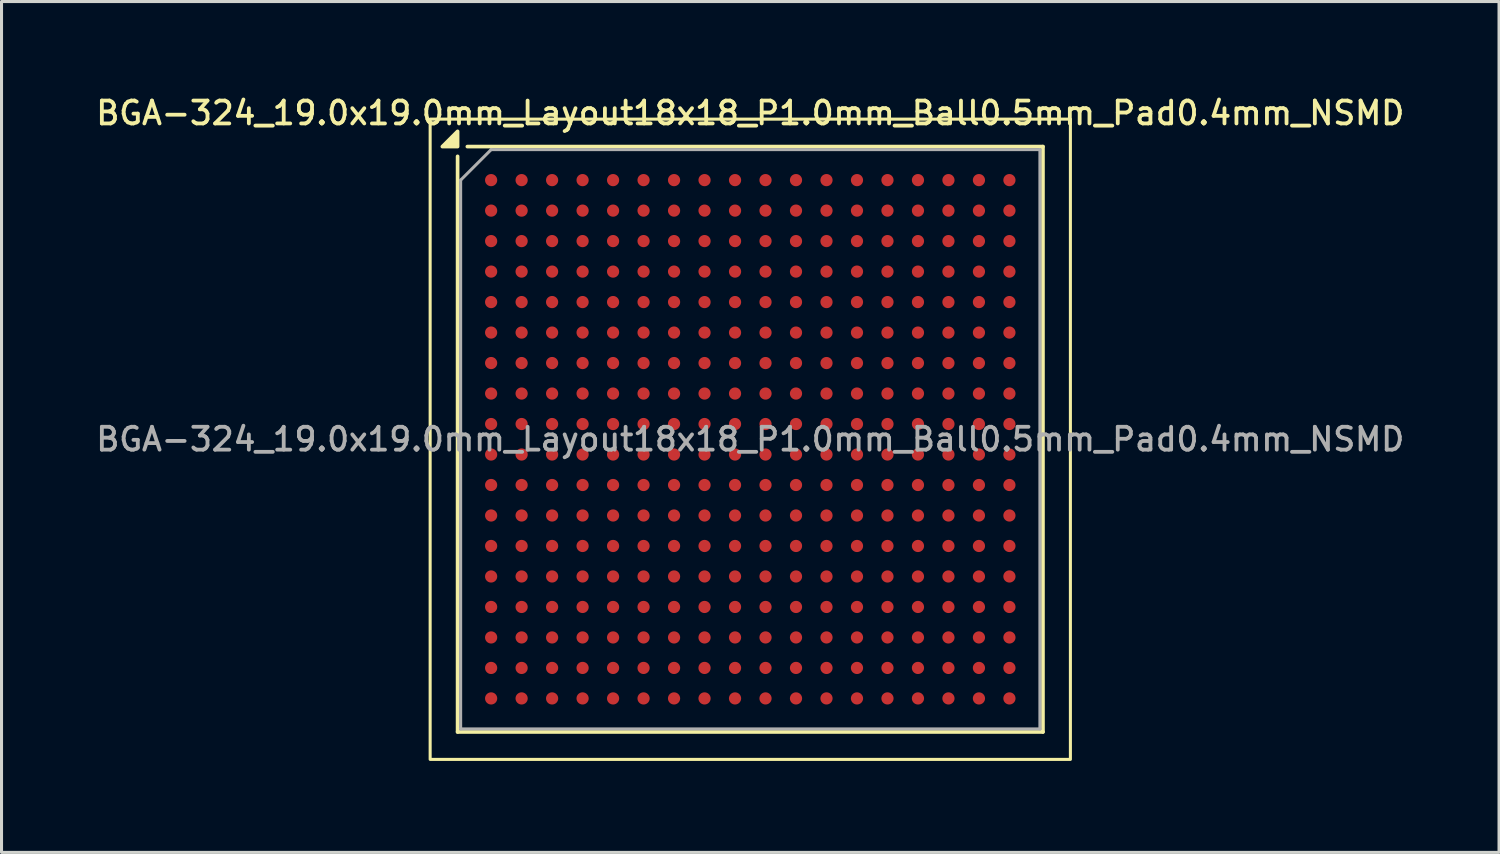
<source format=kicad_pcb>
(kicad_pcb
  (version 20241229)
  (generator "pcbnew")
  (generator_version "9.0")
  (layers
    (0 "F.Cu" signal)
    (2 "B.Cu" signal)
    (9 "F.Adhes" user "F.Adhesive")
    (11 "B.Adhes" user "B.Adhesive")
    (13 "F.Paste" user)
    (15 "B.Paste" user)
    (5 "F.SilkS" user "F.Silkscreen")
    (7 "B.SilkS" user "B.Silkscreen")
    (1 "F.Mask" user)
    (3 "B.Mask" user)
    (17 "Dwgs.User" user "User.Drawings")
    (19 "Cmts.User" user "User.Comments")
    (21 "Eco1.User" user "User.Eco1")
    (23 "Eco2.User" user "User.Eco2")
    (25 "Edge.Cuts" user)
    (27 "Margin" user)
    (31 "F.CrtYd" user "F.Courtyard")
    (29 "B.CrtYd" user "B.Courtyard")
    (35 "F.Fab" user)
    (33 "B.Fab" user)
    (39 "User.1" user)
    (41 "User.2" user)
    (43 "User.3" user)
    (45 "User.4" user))
  (footprint "BGA-324_19.0x19.0mm_Layout18x18_P1.0mm_Ball0.5mm_Pad0.4mm_NSMD"
    (layer "F.Cu")
    (at 21.559 11.358)
    (property "Reference" "BGA-324_19.0x19.0mm_Layout18x18_P1.0mm_Ball0.5mm_Pad0.4mm_NSMD" (at 0 -10.7 0) (layer "F.SilkS") (effects (font (size 0.75 0.75) (thickness 0.125))))
    (attr smd)
    (fp_line (start -9.6 -9.28) (end -9.6 9.6) (stroke (width 0.12) (type solid)) (layer "F.SilkS"))
    (fp_line (start -9.6 9.6) (end 9.6 9.6) (stroke (width 0.12) (type solid)) (layer "F.SilkS"))
    (fp_line (start -9.28 -9.6) (end 9.6 -9.6) (stroke (width 0.12) (type solid)) (layer "F.SilkS"))
    (fp_line (start 9.6 9.6) (end 9.6 -9.6) (stroke (width 0.12) (type solid)) (layer "F.SilkS"))
    (fp_rect (start 10.5 10.5) (end -10.5 -10.5) (stroke (width 0.1) (type solid)) (fill no) (layer "F.SilkS"))
    (fp_poly (pts (xy -9.6 -9.6) (xy -10.1 -9.6) (xy -9.6 -10.1) (xy -9.6 -9.6)) (stroke (width 0.12) (type solid)) (fill yes) (layer "F.SilkS"))
    (fp_line (start -9.5 -8.5) (end -9.5 9.5) (stroke (width 0.1) (type solid)) (layer "F.Fab"))
    (fp_line (start -9.5 9.5) (end 9.5 9.5) (stroke (width 0.1) (type solid)) (layer "F.Fab"))
    (fp_line (start -8.5 -9.5) (end -9.5 -8.5) (stroke (width 0.1) (type solid)) (layer "F.Fab"))
    (fp_line (start 9.5 -9.5) (end -8.5 -9.5) (stroke (width 0.1) (type solid)) (layer "F.Fab"))
    (fp_line (start 9.5 9.5) (end 9.5 -9.5) (stroke (width 0.1) (type solid)) (layer "F.Fab"))
    (fp_text user "${REFERENCE}" (at 0 0 0) (layer "F.Fab") (effects (font (size 0.75 0.75) (thickness 0.125))))
    (pad "A1" smd circle (at -8.5 -8.5) (size 0.4 0.4) (property pad_prop_bga) (layers "F.Cu" "F.Mask" "F.Paste"))
    (pad "A2" smd circle (at -7.5 -8.5) (size 0.4 0.4) (property pad_prop_bga) (layers "F.Cu" "F.Mask" "F.Paste"))
    (pad "A3" smd circle (at -6.5 -8.5) (size 0.4 0.4) (property pad_prop_bga) (layers "F.Cu" "F.Mask" "F.Paste"))
    (pad "A4" smd circle (at -5.5 -8.5) (size 0.4 0.4) (property pad_prop_bga) (layers "F.Cu" "F.Mask" "F.Paste"))
    (pad "A5" smd circle (at -4.5 -8.5) (size 0.4 0.4) (property pad_prop_bga) (layers "F.Cu" "F.Mask" "F.Paste"))
    (pad "A6" smd circle (at -3.5 -8.5) (size 0.4 0.4) (property pad_prop_bga) (layers "F.Cu" "F.Mask" "F.Paste"))
    (pad "A7" smd circle (at -2.5 -8.5) (size 0.4 0.4) (property pad_prop_bga) (layers "F.Cu" "F.Mask" "F.Paste"))
    (pad "A8" smd circle (at -1.5 -8.5) (size 0.4 0.4) (property pad_prop_bga) (layers "F.Cu" "F.Mask" "F.Paste"))
    (pad "A9" smd circle (at -0.5 -8.5) (size 0.4 0.4) (property pad_prop_bga) (layers "F.Cu" "F.Mask" "F.Paste"))
    (pad "A10" smd circle (at 0.5 -8.5) (size 0.4 0.4) (property pad_prop_bga) (layers "F.Cu" "F.Mask" "F.Paste"))
    (pad "A11" smd circle (at 1.5 -8.5) (size 0.4 0.4) (property pad_prop_bga) (layers "F.Cu" "F.Mask" "F.Paste"))
    (pad "A12" smd circle (at 2.5 -8.5) (size 0.4 0.4) (property pad_prop_bga) (layers "F.Cu" "F.Mask" "F.Paste"))
    (pad "A13" smd circle (at 3.5 -8.5) (size 0.4 0.4) (property pad_prop_bga) (layers "F.Cu" "F.Mask" "F.Paste"))
    (pad "A14" smd circle (at 4.5 -8.5) (size 0.4 0.4) (property pad_prop_bga) (layers "F.Cu" "F.Mask" "F.Paste"))
    (pad "A15" smd circle (at 5.5 -8.5) (size 0.4 0.4) (property pad_prop_bga) (layers "F.Cu" "F.Mask" "F.Paste"))
    (pad "A16" smd circle (at 6.5 -8.5) (size 0.4 0.4) (property pad_prop_bga) (layers "F.Cu" "F.Mask" "F.Paste"))
    (pad "A17" smd circle (at 7.5 -8.5) (size 0.4 0.4) (property pad_prop_bga) (layers "F.Cu" "F.Mask" "F.Paste"))
    (pad "A18" smd circle (at 8.5 -8.5) (size 0.4 0.4) (property pad_prop_bga) (layers "F.Cu" "F.Mask" "F.Paste"))
    (pad "B1" smd circle (at -8.5 -7.5) (size 0.4 0.4) (property pad_prop_bga) (layers "F.Cu" "F.Mask" "F.Paste"))
    (pad "B2" smd circle (at -7.5 -7.5) (size 0.4 0.4) (property pad_prop_bga) (layers "F.Cu" "F.Mask" "F.Paste"))
    (pad "B3" smd circle (at -6.5 -7.5) (size 0.4 0.4) (property pad_prop_bga) (layers "F.Cu" "F.Mask" "F.Paste"))
    (pad "B4" smd circle (at -5.5 -7.5) (size 0.4 0.4) (property pad_prop_bga) (layers "F.Cu" "F.Mask" "F.Paste"))
    (pad "B5" smd circle (at -4.5 -7.5) (size 0.4 0.4) (property pad_prop_bga) (layers "F.Cu" "F.Mask" "F.Paste"))
    (pad "B6" smd circle (at -3.5 -7.5) (size 0.4 0.4) (property pad_prop_bga) (layers "F.Cu" "F.Mask" "F.Paste"))
    (pad "B7" smd circle (at -2.5 -7.5) (size 0.4 0.4) (property pad_prop_bga) (layers "F.Cu" "F.Mask" "F.Paste"))
    (pad "B8" smd circle (at -1.5 -7.5) (size 0.4 0.4) (property pad_prop_bga) (layers "F.Cu" "F.Mask" "F.Paste"))
    (pad "B9" smd circle (at -0.5 -7.5) (size 0.4 0.4) (property pad_prop_bga) (layers "F.Cu" "F.Mask" "F.Paste"))
    (pad "B10" smd circle (at 0.5 -7.5) (size 0.4 0.4) (property pad_prop_bga) (layers "F.Cu" "F.Mask" "F.Paste"))
    (pad "B11" smd circle (at 1.5 -7.5) (size 0.4 0.4) (property pad_prop_bga) (layers "F.Cu" "F.Mask" "F.Paste"))
    (pad "B12" smd circle (at 2.5 -7.5) (size 0.4 0.4) (property pad_prop_bga) (layers "F.Cu" "F.Mask" "F.Paste"))
    (pad "B13" smd circle (at 3.5 -7.5) (size 0.4 0.4) (property pad_prop_bga) (layers "F.Cu" "F.Mask" "F.Paste"))
    (pad "B14" smd circle (at 4.5 -7.5) (size 0.4 0.4) (property pad_prop_bga) (layers "F.Cu" "F.Mask" "F.Paste"))
    (pad "B15" smd circle (at 5.5 -7.5) (size 0.4 0.4) (property pad_prop_bga) (layers "F.Cu" "F.Mask" "F.Paste"))
    (pad "B16" smd circle (at 6.5 -7.5) (size 0.4 0.4) (property pad_prop_bga) (layers "F.Cu" "F.Mask" "F.Paste"))
    (pad "B17" smd circle (at 7.5 -7.5) (size 0.4 0.4) (property pad_prop_bga) (layers "F.Cu" "F.Mask" "F.Paste"))
    (pad "B18" smd circle (at 8.5 -7.5) (size 0.4 0.4) (property pad_prop_bga) (layers "F.Cu" "F.Mask" "F.Paste"))
    (pad "C1" smd circle (at -8.5 -6.5) (size 0.4 0.4) (property pad_prop_bga) (layers "F.Cu" "F.Mask" "F.Paste"))
    (pad "C2" smd circle (at -7.5 -6.5) (size 0.4 0.4) (property pad_prop_bga) (layers "F.Cu" "F.Mask" "F.Paste"))
    (pad "C3" smd circle (at -6.5 -6.5) (size 0.4 0.4) (property pad_prop_bga) (layers "F.Cu" "F.Mask" "F.Paste"))
    (pad "C4" smd circle (at -5.5 -6.5) (size 0.4 0.4) (property pad_prop_bga) (layers "F.Cu" "F.Mask" "F.Paste"))
    (pad "C5" smd circle (at -4.5 -6.5) (size 0.4 0.4) (property pad_prop_bga) (layers "F.Cu" "F.Mask" "F.Paste"))
    (pad "C6" smd circle (at -3.5 -6.5) (size 0.4 0.4) (property pad_prop_bga) (layers "F.Cu" "F.Mask" "F.Paste"))
    (pad "C7" smd circle (at -2.5 -6.5) (size 0.4 0.4) (property pad_prop_bga) (layers "F.Cu" "F.Mask" "F.Paste"))
    (pad "C8" smd circle (at -1.5 -6.5) (size 0.4 0.4) (property pad_prop_bga) (layers "F.Cu" "F.Mask" "F.Paste"))
    (pad "C9" smd circle (at -0.5 -6.5) (size 0.4 0.4) (property pad_prop_bga) (layers "F.Cu" "F.Mask" "F.Paste"))
    (pad "C10" smd circle (at 0.5 -6.5) (size 0.4 0.4) (property pad_prop_bga) (layers "F.Cu" "F.Mask" "F.Paste"))
    (pad "C11" smd circle (at 1.5 -6.5) (size 0.4 0.4) (property pad_prop_bga) (layers "F.Cu" "F.Mask" "F.Paste"))
    (pad "C12" smd circle (at 2.5 -6.5) (size 0.4 0.4) (property pad_prop_bga) (layers "F.Cu" "F.Mask" "F.Paste"))
    (pad "C13" smd circle (at 3.5 -6.5) (size 0.4 0.4) (property pad_prop_bga) (layers "F.Cu" "F.Mask" "F.Paste"))
    (pad "C14" smd circle (at 4.5 -6.5) (size 0.4 0.4) (property pad_prop_bga) (layers "F.Cu" "F.Mask" "F.Paste"))
    (pad "C15" smd circle (at 5.5 -6.5) (size 0.4 0.4) (property pad_prop_bga) (layers "F.Cu" "F.Mask" "F.Paste"))
    (pad "C16" smd circle (at 6.5 -6.5) (size 0.4 0.4) (property pad_prop_bga) (layers "F.Cu" "F.Mask" "F.Paste"))
    (pad "C17" smd circle (at 7.5 -6.5) (size 0.4 0.4) (property pad_prop_bga) (layers "F.Cu" "F.Mask" "F.Paste"))
    (pad "C18" smd circle (at 8.5 -6.5) (size 0.4 0.4) (property pad_prop_bga) (layers "F.Cu" "F.Mask" "F.Paste"))
    (pad "D1" smd circle (at -8.5 -5.5) (size 0.4 0.4) (property pad_prop_bga) (layers "F.Cu" "F.Mask" "F.Paste"))
    (pad "D2" smd circle (at -7.5 -5.5) (size 0.4 0.4) (property pad_prop_bga) (layers "F.Cu" "F.Mask" "F.Paste"))
    (pad "D3" smd circle (at -6.5 -5.5) (size 0.4 0.4) (property pad_prop_bga) (layers "F.Cu" "F.Mask" "F.Paste"))
    (pad "D4" smd circle (at -5.5 -5.5) (size 0.4 0.4) (property pad_prop_bga) (layers "F.Cu" "F.Mask" "F.Paste"))
    (pad "D5" smd circle (at -4.5 -5.5) (size 0.4 0.4) (property pad_prop_bga) (layers "F.Cu" "F.Mask" "F.Paste"))
    (pad "D6" smd circle (at -3.5 -5.5) (size 0.4 0.4) (property pad_prop_bga) (layers "F.Cu" "F.Mask" "F.Paste"))
    (pad "D7" smd circle (at -2.5 -5.5) (size 0.4 0.4) (property pad_prop_bga) (layers "F.Cu" "F.Mask" "F.Paste"))
    (pad "D8" smd circle (at -1.5 -5.5) (size 0.4 0.4) (property pad_prop_bga) (layers "F.Cu" "F.Mask" "F.Paste"))
    (pad "D9" smd circle (at -0.5 -5.5) (size 0.4 0.4) (property pad_prop_bga) (layers "F.Cu" "F.Mask" "F.Paste"))
    (pad "D10" smd circle (at 0.5 -5.5) (size 0.4 0.4) (property pad_prop_bga) (layers "F.Cu" "F.Mask" "F.Paste"))
    (pad "D11" smd circle (at 1.5 -5.5) (size 0.4 0.4) (property pad_prop_bga) (layers "F.Cu" "F.Mask" "F.Paste"))
    (pad "D12" smd circle (at 2.5 -5.5) (size 0.4 0.4) (property pad_prop_bga) (layers "F.Cu" "F.Mask" "F.Paste"))
    (pad "D13" smd circle (at 3.5 -5.5) (size 0.4 0.4) (property pad_prop_bga) (layers "F.Cu" "F.Mask" "F.Paste"))
    (pad "D14" smd circle (at 4.5 -5.5) (size 0.4 0.4) (property pad_prop_bga) (layers "F.Cu" "F.Mask" "F.Paste"))
    (pad "D15" smd circle (at 5.5 -5.5) (size 0.4 0.4) (property pad_prop_bga) (layers "F.Cu" "F.Mask" "F.Paste"))
    (pad "D16" smd circle (at 6.5 -5.5) (size 0.4 0.4) (property pad_prop_bga) (layers "F.Cu" "F.Mask" "F.Paste"))
    (pad "D17" smd circle (at 7.5 -5.5) (size 0.4 0.4) (property pad_prop_bga) (layers "F.Cu" "F.Mask" "F.Paste"))
    (pad "D18" smd circle (at 8.5 -5.5) (size 0.4 0.4) (property pad_prop_bga) (layers "F.Cu" "F.Mask" "F.Paste"))
    (pad "E1" smd circle (at -8.5 -4.5) (size 0.4 0.4) (property pad_prop_bga) (layers "F.Cu" "F.Mask" "F.Paste"))
    (pad "E2" smd circle (at -7.5 -4.5) (size 0.4 0.4) (property pad_prop_bga) (layers "F.Cu" "F.Mask" "F.Paste"))
    (pad "E3" smd circle (at -6.5 -4.5) (size 0.4 0.4) (property pad_prop_bga) (layers "F.Cu" "F.Mask" "F.Paste"))
    (pad "E4" smd circle (at -5.5 -4.5) (size 0.4 0.4) (property pad_prop_bga) (layers "F.Cu" "F.Mask" "F.Paste"))
    (pad "E5" smd circle (at -4.5 -4.5) (size 0.4 0.4) (property pad_prop_bga) (layers "F.Cu" "F.Mask" "F.Paste"))
    (pad "E6" smd circle (at -3.5 -4.5) (size 0.4 0.4) (property pad_prop_bga) (layers "F.Cu" "F.Mask" "F.Paste"))
    (pad "E7" smd circle (at -2.5 -4.5) (size 0.4 0.4) (property pad_prop_bga) (layers "F.Cu" "F.Mask" "F.Paste"))
    (pad "E8" smd circle (at -1.5 -4.5) (size 0.4 0.4) (property pad_prop_bga) (layers "F.Cu" "F.Mask" "F.Paste"))
    (pad "E9" smd circle (at -0.5 -4.5) (size 0.4 0.4) (property pad_prop_bga) (layers "F.Cu" "F.Mask" "F.Paste"))
    (pad "E10" smd circle (at 0.5 -4.5) (size 0.4 0.4) (property pad_prop_bga) (layers "F.Cu" "F.Mask" "F.Paste"))
    (pad "E11" smd circle (at 1.5 -4.5) (size 0.4 0.4) (property pad_prop_bga) (layers "F.Cu" "F.Mask" "F.Paste"))
    (pad "E12" smd circle (at 2.5 -4.5) (size 0.4 0.4) (property pad_prop_bga) (layers "F.Cu" "F.Mask" "F.Paste"))
    (pad "E13" smd circle (at 3.5 -4.5) (size 0.4 0.4) (property pad_prop_bga) (layers "F.Cu" "F.Mask" "F.Paste"))
    (pad "E14" smd circle (at 4.5 -4.5) (size 0.4 0.4) (property pad_prop_bga) (layers "F.Cu" "F.Mask" "F.Paste"))
    (pad "E15" smd circle (at 5.5 -4.5) (size 0.4 0.4) (property pad_prop_bga) (layers "F.Cu" "F.Mask" "F.Paste"))
    (pad "E16" smd circle (at 6.5 -4.5) (size 0.4 0.4) (property pad_prop_bga) (layers "F.Cu" "F.Mask" "F.Paste"))
    (pad "E17" smd circle (at 7.5 -4.5) (size 0.4 0.4) (property pad_prop_bga) (layers "F.Cu" "F.Mask" "F.Paste"))
    (pad "E18" smd circle (at 8.5 -4.5) (size 0.4 0.4) (property pad_prop_bga) (layers "F.Cu" "F.Mask" "F.Paste"))
    (pad "F1" smd circle (at -8.5 -3.5) (size 0.4 0.4) (property pad_prop_bga) (layers "F.Cu" "F.Mask" "F.Paste"))
    (pad "F2" smd circle (at -7.5 -3.5) (size 0.4 0.4) (property pad_prop_bga) (layers "F.Cu" "F.Mask" "F.Paste"))
    (pad "F3" smd circle (at -6.5 -3.5) (size 0.4 0.4) (property pad_prop_bga) (layers "F.Cu" "F.Mask" "F.Paste"))
    (pad "F4" smd circle (at -5.5 -3.5) (size 0.4 0.4) (property pad_prop_bga) (layers "F.Cu" "F.Mask" "F.Paste"))
    (pad "F5" smd circle (at -4.5 -3.5) (size 0.4 0.4) (property pad_prop_bga) (layers "F.Cu" "F.Mask" "F.Paste"))
    (pad "F6" smd circle (at -3.5 -3.5) (size 0.4 0.4) (property pad_prop_bga) (layers "F.Cu" "F.Mask" "F.Paste"))
    (pad "F7" smd circle (at -2.5 -3.5) (size 0.4 0.4) (property pad_prop_bga) (layers "F.Cu" "F.Mask" "F.Paste"))
    (pad "F8" smd circle (at -1.5 -3.5) (size 0.4 0.4) (property pad_prop_bga) (layers "F.Cu" "F.Mask" "F.Paste"))
    (pad "F9" smd circle (at -0.5 -3.5) (size 0.4 0.4) (property pad_prop_bga) (layers "F.Cu" "F.Mask" "F.Paste"))
    (pad "F10" smd circle (at 0.5 -3.5) (size 0.4 0.4) (property pad_prop_bga) (layers "F.Cu" "F.Mask" "F.Paste"))
    (pad "F11" smd circle (at 1.5 -3.5) (size 0.4 0.4) (property pad_prop_bga) (layers "F.Cu" "F.Mask" "F.Paste"))
    (pad "F12" smd circle (at 2.5 -3.5) (size 0.4 0.4) (property pad_prop_bga) (layers "F.Cu" "F.Mask" "F.Paste"))
    (pad "F13" smd circle (at 3.5 -3.5) (size 0.4 0.4) (property pad_prop_bga) (layers "F.Cu" "F.Mask" "F.Paste"))
    (pad "F14" smd circle (at 4.5 -3.5) (size 0.4 0.4) (property pad_prop_bga) (layers "F.Cu" "F.Mask" "F.Paste"))
    (pad "F15" smd circle (at 5.5 -3.5) (size 0.4 0.4) (property pad_prop_bga) (layers "F.Cu" "F.Mask" "F.Paste"))
    (pad "F16" smd circle (at 6.5 -3.5) (size 0.4 0.4) (property pad_prop_bga) (layers "F.Cu" "F.Mask" "F.Paste"))
    (pad "F17" smd circle (at 7.5 -3.5) (size 0.4 0.4) (property pad_prop_bga) (layers "F.Cu" "F.Mask" "F.Paste"))
    (pad "F18" smd circle (at 8.5 -3.5) (size 0.4 0.4) (property pad_prop_bga) (layers "F.Cu" "F.Mask" "F.Paste"))
    (pad "G1" smd circle (at -8.5 -2.5) (size 0.4 0.4) (property pad_prop_bga) (layers "F.Cu" "F.Mask" "F.Paste"))
    (pad "G2" smd circle (at -7.5 -2.5) (size 0.4 0.4) (property pad_prop_bga) (layers "F.Cu" "F.Mask" "F.Paste"))
    (pad "G3" smd circle (at -6.5 -2.5) (size 0.4 0.4) (property pad_prop_bga) (layers "F.Cu" "F.Mask" "F.Paste"))
    (pad "G4" smd circle (at -5.5 -2.5) (size 0.4 0.4) (property pad_prop_bga) (layers "F.Cu" "F.Mask" "F.Paste"))
    (pad "G5" smd circle (at -4.5 -2.5) (size 0.4 0.4) (property pad_prop_bga) (layers "F.Cu" "F.Mask" "F.Paste"))
    (pad "G6" smd circle (at -3.5 -2.5) (size 0.4 0.4) (property pad_prop_bga) (layers "F.Cu" "F.Mask" "F.Paste"))
    (pad "G7" smd circle (at -2.5 -2.5) (size 0.4 0.4) (property pad_prop_bga) (layers "F.Cu" "F.Mask" "F.Paste"))
    (pad "G8" smd circle (at -1.5 -2.5) (size 0.4 0.4) (property pad_prop_bga) (layers "F.Cu" "F.Mask" "F.Paste"))
    (pad "G9" smd circle (at -0.5 -2.5) (size 0.4 0.4) (property pad_prop_bga) (layers "F.Cu" "F.Mask" "F.Paste"))
    (pad "G10" smd circle (at 0.5 -2.5) (size 0.4 0.4) (property pad_prop_bga) (layers "F.Cu" "F.Mask" "F.Paste"))
    (pad "G11" smd circle (at 1.5 -2.5) (size 0.4 0.4) (property pad_prop_bga) (layers "F.Cu" "F.Mask" "F.Paste"))
    (pad "G12" smd circle (at 2.5 -2.5) (size 0.4 0.4) (property pad_prop_bga) (layers "F.Cu" "F.Mask" "F.Paste"))
    (pad "G13" smd circle (at 3.5 -2.5) (size 0.4 0.4) (property pad_prop_bga) (layers "F.Cu" "F.Mask" "F.Paste"))
    (pad "G14" smd circle (at 4.5 -2.5) (size 0.4 0.4) (property pad_prop_bga) (layers "F.Cu" "F.Mask" "F.Paste"))
    (pad "G15" smd circle (at 5.5 -2.5) (size 0.4 0.4) (property pad_prop_bga) (layers "F.Cu" "F.Mask" "F.Paste"))
    (pad "G16" smd circle (at 6.5 -2.5) (size 0.4 0.4) (property pad_prop_bga) (layers "F.Cu" "F.Mask" "F.Paste"))
    (pad "G17" smd circle (at 7.5 -2.5) (size 0.4 0.4) (property pad_prop_bga) (layers "F.Cu" "F.Mask" "F.Paste"))
    (pad "G18" smd circle (at 8.5 -2.5) (size 0.4 0.4) (property pad_prop_bga) (layers "F.Cu" "F.Mask" "F.Paste"))
    (pad "H1" smd circle (at -8.5 -1.5) (size 0.4 0.4) (property pad_prop_bga) (layers "F.Cu" "F.Mask" "F.Paste"))
    (pad "H2" smd circle (at -7.5 -1.5) (size 0.4 0.4) (property pad_prop_bga) (layers "F.Cu" "F.Mask" "F.Paste"))
    (pad "H3" smd circle (at -6.5 -1.5) (size 0.4 0.4) (property pad_prop_bga) (layers "F.Cu" "F.Mask" "F.Paste"))
    (pad "H4" smd circle (at -5.5 -1.5) (size 0.4 0.4) (property pad_prop_bga) (layers "F.Cu" "F.Mask" "F.Paste"))
    (pad "H5" smd circle (at -4.5 -1.5) (size 0.4 0.4) (property pad_prop_bga) (layers "F.Cu" "F.Mask" "F.Paste"))
    (pad "H6" smd circle (at -3.5 -1.5) (size 0.4 0.4) (property pad_prop_bga) (layers "F.Cu" "F.Mask" "F.Paste"))
    (pad "H7" smd circle (at -2.5 -1.5) (size 0.4 0.4) (property pad_prop_bga) (layers "F.Cu" "F.Mask" "F.Paste"))
    (pad "H8" smd circle (at -1.5 -1.5) (size 0.4 0.4) (property pad_prop_bga) (layers "F.Cu" "F.Mask" "F.Paste"))
    (pad "H9" smd circle (at -0.5 -1.5) (size 0.4 0.4) (property pad_prop_bga) (layers "F.Cu" "F.Mask" "F.Paste"))
    (pad "H10" smd circle (at 0.5 -1.5) (size 0.4 0.4) (property pad_prop_bga) (layers "F.Cu" "F.Mask" "F.Paste"))
    (pad "H11" smd circle (at 1.5 -1.5) (size 0.4 0.4) (property pad_prop_bga) (layers "F.Cu" "F.Mask" "F.Paste"))
    (pad "H12" smd circle (at 2.5 -1.5) (size 0.4 0.4) (property pad_prop_bga) (layers "F.Cu" "F.Mask" "F.Paste"))
    (pad "H13" smd circle (at 3.5 -1.5) (size 0.4 0.4) (property pad_prop_bga) (layers "F.Cu" "F.Mask" "F.Paste"))
    (pad "H14" smd circle (at 4.5 -1.5) (size 0.4 0.4) (property pad_prop_bga) (layers "F.Cu" "F.Mask" "F.Paste"))
    (pad "H15" smd circle (at 5.5 -1.5) (size 0.4 0.4) (property pad_prop_bga) (layers "F.Cu" "F.Mask" "F.Paste"))
    (pad "H16" smd circle (at 6.5 -1.5) (size 0.4 0.4) (property pad_prop_bga) (layers "F.Cu" "F.Mask" "F.Paste"))
    (pad "H17" smd circle (at 7.5 -1.5) (size 0.4 0.4) (property pad_prop_bga) (layers "F.Cu" "F.Mask" "F.Paste"))
    (pad "H18" smd circle (at 8.5 -1.5) (size 0.4 0.4) (property pad_prop_bga) (layers "F.Cu" "F.Mask" "F.Paste"))
    (pad "J1" smd circle (at -8.5 -0.5) (size 0.4 0.4) (property pad_prop_bga) (layers "F.Cu" "F.Mask" "F.Paste"))
    (pad "J2" smd circle (at -7.5 -0.5) (size 0.4 0.4) (property pad_prop_bga) (layers "F.Cu" "F.Mask" "F.Paste"))
    (pad "J3" smd circle (at -6.5 -0.5) (size 0.4 0.4) (property pad_prop_bga) (layers "F.Cu" "F.Mask" "F.Paste"))
    (pad "J4" smd circle (at -5.5 -0.5) (size 0.4 0.4) (property pad_prop_bga) (layers "F.Cu" "F.Mask" "F.Paste"))
    (pad "J5" smd circle (at -4.5 -0.5) (size 0.4 0.4) (property pad_prop_bga) (layers "F.Cu" "F.Mask" "F.Paste"))
    (pad "J6" smd circle (at -3.5 -0.5) (size 0.4 0.4) (property pad_prop_bga) (layers "F.Cu" "F.Mask" "F.Paste"))
    (pad "J7" smd circle (at -2.5 -0.5) (size 0.4 0.4) (property pad_prop_bga) (layers "F.Cu" "F.Mask" "F.Paste"))
    (pad "J8" smd circle (at -1.5 -0.5) (size 0.4 0.4) (property pad_prop_bga) (layers "F.Cu" "F.Mask" "F.Paste"))
    (pad "J9" smd circle (at -0.5 -0.5) (size 0.4 0.4) (property pad_prop_bga) (layers "F.Cu" "F.Mask" "F.Paste"))
    (pad "J10" smd circle (at 0.5 -0.5) (size 0.4 0.4) (property pad_prop_bga) (layers "F.Cu" "F.Mask" "F.Paste"))
    (pad "J11" smd circle (at 1.5 -0.5) (size 0.4 0.4) (property pad_prop_bga) (layers "F.Cu" "F.Mask" "F.Paste"))
    (pad "J12" smd circle (at 2.5 -0.5) (size 0.4 0.4) (property pad_prop_bga) (layers "F.Cu" "F.Mask" "F.Paste"))
    (pad "J13" smd circle (at 3.5 -0.5) (size 0.4 0.4) (property pad_prop_bga) (layers "F.Cu" "F.Mask" "F.Paste"))
    (pad "J14" smd circle (at 4.5 -0.5) (size 0.4 0.4) (property pad_prop_bga) (layers "F.Cu" "F.Mask" "F.Paste"))
    (pad "J15" smd circle (at 5.5 -0.5) (size 0.4 0.4) (property pad_prop_bga) (layers "F.Cu" "F.Mask" "F.Paste"))
    (pad "J16" smd circle (at 6.5 -0.5) (size 0.4 0.4) (property pad_prop_bga) (layers "F.Cu" "F.Mask" "F.Paste"))
    (pad "J17" smd circle (at 7.5 -0.5) (size 0.4 0.4) (property pad_prop_bga) (layers "F.Cu" "F.Mask" "F.Paste"))
    (pad "J18" smd circle (at 8.5 -0.5) (size 0.4 0.4) (property pad_prop_bga) (layers "F.Cu" "F.Mask" "F.Paste"))
    (pad "K1" smd circle (at -8.5 0.5) (size 0.4 0.4) (property pad_prop_bga) (layers "F.Cu" "F.Mask" "F.Paste"))
    (pad "K2" smd circle (at -7.5 0.5) (size 0.4 0.4) (property pad_prop_bga) (layers "F.Cu" "F.Mask" "F.Paste"))
    (pad "K3" smd circle (at -6.5 0.5) (size 0.4 0.4) (property pad_prop_bga) (layers "F.Cu" "F.Mask" "F.Paste"))
    (pad "K4" smd circle (at -5.5 0.5) (size 0.4 0.4) (property pad_prop_bga) (layers "F.Cu" "F.Mask" "F.Paste"))
    (pad "K5" smd circle (at -4.5 0.5) (size 0.4 0.4) (property pad_prop_bga) (layers "F.Cu" "F.Mask" "F.Paste"))
    (pad "K6" smd circle (at -3.5 0.5) (size 0.4 0.4) (property pad_prop_bga) (layers "F.Cu" "F.Mask" "F.Paste"))
    (pad "K7" smd circle (at -2.5 0.5) (size 0.4 0.4) (property pad_prop_bga) (layers "F.Cu" "F.Mask" "F.Paste"))
    (pad "K8" smd circle (at -1.5 0.5) (size 0.4 0.4) (property pad_prop_bga) (layers "F.Cu" "F.Mask" "F.Paste"))
    (pad "K9" smd circle (at -0.5 0.5) (size 0.4 0.4) (property pad_prop_bga) (layers "F.Cu" "F.Mask" "F.Paste"))
    (pad "K10" smd circle (at 0.5 0.5) (size 0.4 0.4) (property pad_prop_bga) (layers "F.Cu" "F.Mask" "F.Paste"))
    (pad "K11" smd circle (at 1.5 0.5) (size 0.4 0.4) (property pad_prop_bga) (layers "F.Cu" "F.Mask" "F.Paste"))
    (pad "K12" smd circle (at 2.5 0.5) (size 0.4 0.4) (property pad_prop_bga) (layers "F.Cu" "F.Mask" "F.Paste"))
    (pad "K13" smd circle (at 3.5 0.5) (size 0.4 0.4) (property pad_prop_bga) (layers "F.Cu" "F.Mask" "F.Paste"))
    (pad "K14" smd circle (at 4.5 0.5) (size 0.4 0.4) (property pad_prop_bga) (layers "F.Cu" "F.Mask" "F.Paste"))
    (pad "K15" smd circle (at 5.5 0.5) (size 0.4 0.4) (property pad_prop_bga) (layers "F.Cu" "F.Mask" "F.Paste"))
    (pad "K16" smd circle (at 6.5 0.5) (size 0.4 0.4) (property pad_prop_bga) (layers "F.Cu" "F.Mask" "F.Paste"))
    (pad "K17" smd circle (at 7.5 0.5) (size 0.4 0.4) (property pad_prop_bga) (layers "F.Cu" "F.Mask" "F.Paste"))
    (pad "K18" smd circle (at 8.5 0.5) (size 0.4 0.4) (property pad_prop_bga) (layers "F.Cu" "F.Mask" "F.Paste"))
    (pad "L1" smd circle (at -8.5 1.5) (size 0.4 0.4) (property pad_prop_bga) (layers "F.Cu" "F.Mask" "F.Paste"))
    (pad "L2" smd circle (at -7.5 1.5) (size 0.4 0.4) (property pad_prop_bga) (layers "F.Cu" "F.Mask" "F.Paste"))
    (pad "L3" smd circle (at -6.5 1.5) (size 0.4 0.4) (property pad_prop_bga) (layers "F.Cu" "F.Mask" "F.Paste"))
    (pad "L4" smd circle (at -5.5 1.5) (size 0.4 0.4) (property pad_prop_bga) (layers "F.Cu" "F.Mask" "F.Paste"))
    (pad "L5" smd circle (at -4.5 1.5) (size 0.4 0.4) (property pad_prop_bga) (layers "F.Cu" "F.Mask" "F.Paste"))
    (pad "L6" smd circle (at -3.5 1.5) (size 0.4 0.4) (property pad_prop_bga) (layers "F.Cu" "F.Mask" "F.Paste"))
    (pad "L7" smd circle (at -2.5 1.5) (size 0.4 0.4) (property pad_prop_bga) (layers "F.Cu" "F.Mask" "F.Paste"))
    (pad "L8" smd circle (at -1.5 1.5) (size 0.4 0.4) (property pad_prop_bga) (layers "F.Cu" "F.Mask" "F.Paste"))
    (pad "L9" smd circle (at -0.5 1.5) (size 0.4 0.4) (property pad_prop_bga) (layers "F.Cu" "F.Mask" "F.Paste"))
    (pad "L10" smd circle (at 0.5 1.5) (size 0.4 0.4) (property pad_prop_bga) (layers "F.Cu" "F.Mask" "F.Paste"))
    (pad "L11" smd circle (at 1.5 1.5) (size 0.4 0.4) (property pad_prop_bga) (layers "F.Cu" "F.Mask" "F.Paste"))
    (pad "L12" smd circle (at 2.5 1.5) (size 0.4 0.4) (property pad_prop_bga) (layers "F.Cu" "F.Mask" "F.Paste"))
    (pad "L13" smd circle (at 3.5 1.5) (size 0.4 0.4) (property pad_prop_bga) (layers "F.Cu" "F.Mask" "F.Paste"))
    (pad "L14" smd circle (at 4.5 1.5) (size 0.4 0.4) (property pad_prop_bga) (layers "F.Cu" "F.Mask" "F.Paste"))
    (pad "L15" smd circle (at 5.5 1.5) (size 0.4 0.4) (property pad_prop_bga) (layers "F.Cu" "F.Mask" "F.Paste"))
    (pad "L16" smd circle (at 6.5 1.5) (size 0.4 0.4) (property pad_prop_bga) (layers "F.Cu" "F.Mask" "F.Paste"))
    (pad "L17" smd circle (at 7.5 1.5) (size 0.4 0.4) (property pad_prop_bga) (layers "F.Cu" "F.Mask" "F.Paste"))
    (pad "L18" smd circle (at 8.5 1.5) (size 0.4 0.4) (property pad_prop_bga) (layers "F.Cu" "F.Mask" "F.Paste"))
    (pad "M1" smd circle (at -8.5 2.5) (size 0.4 0.4) (property pad_prop_bga) (layers "F.Cu" "F.Mask" "F.Paste"))
    (pad "M2" smd circle (at -7.5 2.5) (size 0.4 0.4) (property pad_prop_bga) (layers "F.Cu" "F.Mask" "F.Paste"))
    (pad "M3" smd circle (at -6.5 2.5) (size 0.4 0.4) (property pad_prop_bga) (layers "F.Cu" "F.Mask" "F.Paste"))
    (pad "M4" smd circle (at -5.5 2.5) (size 0.4 0.4) (property pad_prop_bga) (layers "F.Cu" "F.Mask" "F.Paste"))
    (pad "M5" smd circle (at -4.5 2.5) (size 0.4 0.4) (property pad_prop_bga) (layers "F.Cu" "F.Mask" "F.Paste"))
    (pad "M6" smd circle (at -3.5 2.5) (size 0.4 0.4) (property pad_prop_bga) (layers "F.Cu" "F.Mask" "F.Paste"))
    (pad "M7" smd circle (at -2.5 2.5) (size 0.4 0.4) (property pad_prop_bga) (layers "F.Cu" "F.Mask" "F.Paste"))
    (pad "M8" smd circle (at -1.5 2.5) (size 0.4 0.4) (property pad_prop_bga) (layers "F.Cu" "F.Mask" "F.Paste"))
    (pad "M9" smd circle (at -0.5 2.5) (size 0.4 0.4) (property pad_prop_bga) (layers "F.Cu" "F.Mask" "F.Paste"))
    (pad "M10" smd circle (at 0.5 2.5) (size 0.4 0.4) (property pad_prop_bga) (layers "F.Cu" "F.Mask" "F.Paste"))
    (pad "M11" smd circle (at 1.5 2.5) (size 0.4 0.4) (property pad_prop_bga) (layers "F.Cu" "F.Mask" "F.Paste"))
    (pad "M12" smd circle (at 2.5 2.5) (size 0.4 0.4) (property pad_prop_bga) (layers "F.Cu" "F.Mask" "F.Paste"))
    (pad "M13" smd circle (at 3.5 2.5) (size 0.4 0.4) (property pad_prop_bga) (layers "F.Cu" "F.Mask" "F.Paste"))
    (pad "M14" smd circle (at 4.5 2.5) (size 0.4 0.4) (property pad_prop_bga) (layers "F.Cu" "F.Mask" "F.Paste"))
    (pad "M15" smd circle (at 5.5 2.5) (size 0.4 0.4) (property pad_prop_bga) (layers "F.Cu" "F.Mask" "F.Paste"))
    (pad "M16" smd circle (at 6.5 2.5) (size 0.4 0.4) (property pad_prop_bga) (layers "F.Cu" "F.Mask" "F.Paste"))
    (pad "M17" smd circle (at 7.5 2.5) (size 0.4 0.4) (property pad_prop_bga) (layers "F.Cu" "F.Mask" "F.Paste"))
    (pad "M18" smd circle (at 8.5 2.5) (size 0.4 0.4) (property pad_prop_bga) (layers "F.Cu" "F.Mask" "F.Paste"))
    (pad "N1" smd circle (at -8.5 3.5) (size 0.4 0.4) (property pad_prop_bga) (layers "F.Cu" "F.Mask" "F.Paste"))
    (pad "N2" smd circle (at -7.5 3.5) (size 0.4 0.4) (property pad_prop_bga) (layers "F.Cu" "F.Mask" "F.Paste"))
    (pad "N3" smd circle (at -6.5 3.5) (size 0.4 0.4) (property pad_prop_bga) (layers "F.Cu" "F.Mask" "F.Paste"))
    (pad "N4" smd circle (at -5.5 3.5) (size 0.4 0.4) (property pad_prop_bga) (layers "F.Cu" "F.Mask" "F.Paste"))
    (pad "N5" smd circle (at -4.5 3.5) (size 0.4 0.4) (property pad_prop_bga) (layers "F.Cu" "F.Mask" "F.Paste"))
    (pad "N6" smd circle (at -3.5 3.5) (size 0.4 0.4) (property pad_prop_bga) (layers "F.Cu" "F.Mask" "F.Paste"))
    (pad "N7" smd circle (at -2.5 3.5) (size 0.4 0.4) (property pad_prop_bga) (layers "F.Cu" "F.Mask" "F.Paste"))
    (pad "N8" smd circle (at -1.5 3.5) (size 0.4 0.4) (property pad_prop_bga) (layers "F.Cu" "F.Mask" "F.Paste"))
    (pad "N9" smd circle (at -0.5 3.5) (size 0.4 0.4) (property pad_prop_bga) (layers "F.Cu" "F.Mask" "F.Paste"))
    (pad "N10" smd circle (at 0.5 3.5) (size 0.4 0.4) (property pad_prop_bga) (layers "F.Cu" "F.Mask" "F.Paste"))
    (pad "N11" smd circle (at 1.5 3.5) (size 0.4 0.4) (property pad_prop_bga) (layers "F.Cu" "F.Mask" "F.Paste"))
    (pad "N12" smd circle (at 2.5 3.5) (size 0.4 0.4) (property pad_prop_bga) (layers "F.Cu" "F.Mask" "F.Paste"))
    (pad "N13" smd circle (at 3.5 3.5) (size 0.4 0.4) (property pad_prop_bga) (layers "F.Cu" "F.Mask" "F.Paste"))
    (pad "N14" smd circle (at 4.5 3.5) (size 0.4 0.4) (property pad_prop_bga) (layers "F.Cu" "F.Mask" "F.Paste"))
    (pad "N15" smd circle (at 5.5 3.5) (size 0.4 0.4) (property pad_prop_bga) (layers "F.Cu" "F.Mask" "F.Paste"))
    (pad "N16" smd circle (at 6.5 3.5) (size 0.4 0.4) (property pad_prop_bga) (layers "F.Cu" "F.Mask" "F.Paste"))
    (pad "N17" smd circle (at 7.5 3.5) (size 0.4 0.4) (property pad_prop_bga) (layers "F.Cu" "F.Mask" "F.Paste"))
    (pad "N18" smd circle (at 8.5 3.5) (size 0.4 0.4) (property pad_prop_bga) (layers "F.Cu" "F.Mask" "F.Paste"))
    (pad "P1" smd circle (at -8.5 4.5) (size 0.4 0.4) (property pad_prop_bga) (layers "F.Cu" "F.Mask" "F.Paste"))
    (pad "P2" smd circle (at -7.5 4.5) (size 0.4 0.4) (property pad_prop_bga) (layers "F.Cu" "F.Mask" "F.Paste"))
    (pad "P3" smd circle (at -6.5 4.5) (size 0.4 0.4) (property pad_prop_bga) (layers "F.Cu" "F.Mask" "F.Paste"))
    (pad "P4" smd circle (at -5.5 4.5) (size 0.4 0.4) (property pad_prop_bga) (layers "F.Cu" "F.Mask" "F.Paste"))
    (pad "P5" smd circle (at -4.5 4.5) (size 0.4 0.4) (property pad_prop_bga) (layers "F.Cu" "F.Mask" "F.Paste"))
    (pad "P6" smd circle (at -3.5 4.5) (size 0.4 0.4) (property pad_prop_bga) (layers "F.Cu" "F.Mask" "F.Paste"))
    (pad "P7" smd circle (at -2.5 4.5) (size 0.4 0.4) (property pad_prop_bga) (layers "F.Cu" "F.Mask" "F.Paste"))
    (pad "P8" smd circle (at -1.5 4.5) (size 0.4 0.4) (property pad_prop_bga) (layers "F.Cu" "F.Mask" "F.Paste"))
    (pad "P9" smd circle (at -0.5 4.5) (size 0.4 0.4) (property pad_prop_bga) (layers "F.Cu" "F.Mask" "F.Paste"))
    (pad "P10" smd circle (at 0.5 4.5) (size 0.4 0.4) (property pad_prop_bga) (layers "F.Cu" "F.Mask" "F.Paste"))
    (pad "P11" smd circle (at 1.5 4.5) (size 0.4 0.4) (property pad_prop_bga) (layers "F.Cu" "F.Mask" "F.Paste"))
    (pad "P12" smd circle (at 2.5 4.5) (size 0.4 0.4) (property pad_prop_bga) (layers "F.Cu" "F.Mask" "F.Paste"))
    (pad "P13" smd circle (at 3.5 4.5) (size 0.4 0.4) (property pad_prop_bga) (layers "F.Cu" "F.Mask" "F.Paste"))
    (pad "P14" smd circle (at 4.5 4.5) (size 0.4 0.4) (property pad_prop_bga) (layers "F.Cu" "F.Mask" "F.Paste"))
    (pad "P15" smd circle (at 5.5 4.5) (size 0.4 0.4) (property pad_prop_bga) (layers "F.Cu" "F.Mask" "F.Paste"))
    (pad "P16" smd circle (at 6.5 4.5) (size 0.4 0.4) (property pad_prop_bga) (layers "F.Cu" "F.Mask" "F.Paste"))
    (pad "P17" smd circle (at 7.5 4.5) (size 0.4 0.4) (property pad_prop_bga) (layers "F.Cu" "F.Mask" "F.Paste"))
    (pad "P18" smd circle (at 8.5 4.5) (size 0.4 0.4) (property pad_prop_bga) (layers "F.Cu" "F.Mask" "F.Paste"))
    (pad "R1" smd circle (at -8.5 5.5) (size 0.4 0.4) (property pad_prop_bga) (layers "F.Cu" "F.Mask" "F.Paste"))
    (pad "R2" smd circle (at -7.5 5.5) (size 0.4 0.4) (property pad_prop_bga) (layers "F.Cu" "F.Mask" "F.Paste"))
    (pad "R3" smd circle (at -6.5 5.5) (size 0.4 0.4) (property pad_prop_bga) (layers "F.Cu" "F.Mask" "F.Paste"))
    (pad "R4" smd circle (at -5.5 5.5) (size 0.4 0.4) (property pad_prop_bga) (layers "F.Cu" "F.Mask" "F.Paste"))
    (pad "R5" smd circle (at -4.5 5.5) (size 0.4 0.4) (property pad_prop_bga) (layers "F.Cu" "F.Mask" "F.Paste"))
    (pad "R6" smd circle (at -3.5 5.5) (size 0.4 0.4) (property pad_prop_bga) (layers "F.Cu" "F.Mask" "F.Paste"))
    (pad "R7" smd circle (at -2.5 5.5) (size 0.4 0.4) (property pad_prop_bga) (layers "F.Cu" "F.Mask" "F.Paste"))
    (pad "R8" smd circle (at -1.5 5.5) (size 0.4 0.4) (property pad_prop_bga) (layers "F.Cu" "F.Mask" "F.Paste"))
    (pad "R9" smd circle (at -0.5 5.5) (size 0.4 0.4) (property pad_prop_bga) (layers "F.Cu" "F.Mask" "F.Paste"))
    (pad "R10" smd circle (at 0.5 5.5) (size 0.4 0.4) (property pad_prop_bga) (layers "F.Cu" "F.Mask" "F.Paste"))
    (pad "R11" smd circle (at 1.5 5.5) (size 0.4 0.4) (property pad_prop_bga) (layers "F.Cu" "F.Mask" "F.Paste"))
    (pad "R12" smd circle (at 2.5 5.5) (size 0.4 0.4) (property pad_prop_bga) (layers "F.Cu" "F.Mask" "F.Paste"))
    (pad "R13" smd circle (at 3.5 5.5) (size 0.4 0.4) (property pad_prop_bga) (layers "F.Cu" "F.Mask" "F.Paste"))
    (pad "R14" smd circle (at 4.5 5.5) (size 0.4 0.4) (property pad_prop_bga) (layers "F.Cu" "F.Mask" "F.Paste"))
    (pad "R15" smd circle (at 5.5 5.5) (size 0.4 0.4) (property pad_prop_bga) (layers "F.Cu" "F.Mask" "F.Paste"))
    (pad "R16" smd circle (at 6.5 5.5) (size 0.4 0.4) (property pad_prop_bga) (layers "F.Cu" "F.Mask" "F.Paste"))
    (pad "R17" smd circle (at 7.5 5.5) (size 0.4 0.4) (property pad_prop_bga) (layers "F.Cu" "F.Mask" "F.Paste"))
    (pad "R18" smd circle (at 8.5 5.5) (size 0.4 0.4) (property pad_prop_bga) (layers "F.Cu" "F.Mask" "F.Paste"))
    (pad "T1" smd circle (at -8.5 6.5) (size 0.4 0.4) (property pad_prop_bga) (layers "F.Cu" "F.Mask" "F.Paste"))
    (pad "T2" smd circle (at -7.5 6.5) (size 0.4 0.4) (property pad_prop_bga) (layers "F.Cu" "F.Mask" "F.Paste"))
    (pad "T3" smd circle (at -6.5 6.5) (size 0.4 0.4) (property pad_prop_bga) (layers "F.Cu" "F.Mask" "F.Paste"))
    (pad "T4" smd circle (at -5.5 6.5) (size 0.4 0.4) (property pad_prop_bga) (layers "F.Cu" "F.Mask" "F.Paste"))
    (pad "T5" smd circle (at -4.5 6.5) (size 0.4 0.4) (property pad_prop_bga) (layers "F.Cu" "F.Mask" "F.Paste"))
    (pad "T6" smd circle (at -3.5 6.5) (size 0.4 0.4) (property pad_prop_bga) (layers "F.Cu" "F.Mask" "F.Paste"))
    (pad "T7" smd circle (at -2.5 6.5) (size 0.4 0.4) (property pad_prop_bga) (layers "F.Cu" "F.Mask" "F.Paste"))
    (pad "T8" smd circle (at -1.5 6.5) (size 0.4 0.4) (property pad_prop_bga) (layers "F.Cu" "F.Mask" "F.Paste"))
    (pad "T9" smd circle (at -0.5 6.5) (size 0.4 0.4) (property pad_prop_bga) (layers "F.Cu" "F.Mask" "F.Paste"))
    (pad "T10" smd circle (at 0.5 6.5) (size 0.4 0.4) (property pad_prop_bga) (layers "F.Cu" "F.Mask" "F.Paste"))
    (pad "T11" smd circle (at 1.5 6.5) (size 0.4 0.4) (property pad_prop_bga) (layers "F.Cu" "F.Mask" "F.Paste"))
    (pad "T12" smd circle (at 2.5 6.5) (size 0.4 0.4) (property pad_prop_bga) (layers "F.Cu" "F.Mask" "F.Paste"))
    (pad "T13" smd circle (at 3.5 6.5) (size 0.4 0.4) (property pad_prop_bga) (layers "F.Cu" "F.Mask" "F.Paste"))
    (pad "T14" smd circle (at 4.5 6.5) (size 0.4 0.4) (property pad_prop_bga) (layers "F.Cu" "F.Mask" "F.Paste"))
    (pad "T15" smd circle (at 5.5 6.5) (size 0.4 0.4) (property pad_prop_bga) (layers "F.Cu" "F.Mask" "F.Paste"))
    (pad "T16" smd circle (at 6.5 6.5) (size 0.4 0.4) (property pad_prop_bga) (layers "F.Cu" "F.Mask" "F.Paste"))
    (pad "T17" smd circle (at 7.5 6.5) (size 0.4 0.4) (property pad_prop_bga) (layers "F.Cu" "F.Mask" "F.Paste"))
    (pad "T18" smd circle (at 8.5 6.5) (size 0.4 0.4) (property pad_prop_bga) (layers "F.Cu" "F.Mask" "F.Paste"))
    (pad "U1" smd circle (at -8.5 7.5) (size 0.4 0.4) (property pad_prop_bga) (layers "F.Cu" "F.Mask" "F.Paste"))
    (pad "U2" smd circle (at -7.5 7.5) (size 0.4 0.4) (property pad_prop_bga) (layers "F.Cu" "F.Mask" "F.Paste"))
    (pad "U3" smd circle (at -6.5 7.5) (size 0.4 0.4) (property pad_prop_bga) (layers "F.Cu" "F.Mask" "F.Paste"))
    (pad "U4" smd circle (at -5.5 7.5) (size 0.4 0.4) (property pad_prop_bga) (layers "F.Cu" "F.Mask" "F.Paste"))
    (pad "U5" smd circle (at -4.5 7.5) (size 0.4 0.4) (property pad_prop_bga) (layers "F.Cu" "F.Mask" "F.Paste"))
    (pad "U6" smd circle (at -3.5 7.5) (size 0.4 0.4) (property pad_prop_bga) (layers "F.Cu" "F.Mask" "F.Paste"))
    (pad "U7" smd circle (at -2.5 7.5) (size 0.4 0.4) (property pad_prop_bga) (layers "F.Cu" "F.Mask" "F.Paste"))
    (pad "U8" smd circle (at -1.5 7.5) (size 0.4 0.4) (property pad_prop_bga) (layers "F.Cu" "F.Mask" "F.Paste"))
    (pad "U9" smd circle (at -0.5 7.5) (size 0.4 0.4) (property pad_prop_bga) (layers "F.Cu" "F.Mask" "F.Paste"))
    (pad "U10" smd circle (at 0.5 7.5) (size 0.4 0.4) (property pad_prop_bga) (layers "F.Cu" "F.Mask" "F.Paste"))
    (pad "U11" smd circle (at 1.5 7.5) (size 0.4 0.4) (property pad_prop_bga) (layers "F.Cu" "F.Mask" "F.Paste"))
    (pad "U12" smd circle (at 2.5 7.5) (size 0.4 0.4) (property pad_prop_bga) (layers "F.Cu" "F.Mask" "F.Paste"))
    (pad "U13" smd circle (at 3.5 7.5) (size 0.4 0.4) (property pad_prop_bga) (layers "F.Cu" "F.Mask" "F.Paste"))
    (pad "U14" smd circle (at 4.5 7.5) (size 0.4 0.4) (property pad_prop_bga) (layers "F.Cu" "F.Mask" "F.Paste"))
    (pad "U15" smd circle (at 5.5 7.5) (size 0.4 0.4) (property pad_prop_bga) (layers "F.Cu" "F.Mask" "F.Paste"))
    (pad "U16" smd circle (at 6.5 7.5) (size 0.4 0.4) (property pad_prop_bga) (layers "F.Cu" "F.Mask" "F.Paste"))
    (pad "U17" smd circle (at 7.5 7.5) (size 0.4 0.4) (property pad_prop_bga) (layers "F.Cu" "F.Mask" "F.Paste"))
    (pad "U18" smd circle (at 8.5 7.5) (size 0.4 0.4) (property pad_prop_bga) (layers "F.Cu" "F.Mask" "F.Paste"))
    (pad "V1" smd circle (at -8.5 8.5) (size 0.4 0.4) (property pad_prop_bga) (layers "F.Cu" "F.Mask" "F.Paste"))
    (pad "V2" smd circle (at -7.5 8.5) (size 0.4 0.4) (property pad_prop_bga) (layers "F.Cu" "F.Mask" "F.Paste"))
    (pad "V3" smd circle (at -6.5 8.5) (size 0.4 0.4) (property pad_prop_bga) (layers "F.Cu" "F.Mask" "F.Paste"))
    (pad "V4" smd circle (at -5.5 8.5) (size 0.4 0.4) (property pad_prop_bga) (layers "F.Cu" "F.Mask" "F.Paste"))
    (pad "V5" smd circle (at -4.5 8.5) (size 0.4 0.4) (property pad_prop_bga) (layers "F.Cu" "F.Mask" "F.Paste"))
    (pad "V6" smd circle (at -3.5 8.5) (size 0.4 0.4) (property pad_prop_bga) (layers "F.Cu" "F.Mask" "F.Paste"))
    (pad "V7" smd circle (at -2.5 8.5) (size 0.4 0.4) (property pad_prop_bga) (layers "F.Cu" "F.Mask" "F.Paste"))
    (pad "V8" smd circle (at -1.5 8.5) (size 0.4 0.4) (property pad_prop_bga) (layers "F.Cu" "F.Mask" "F.Paste"))
    (pad "V9" smd circle (at -0.5 8.5) (size 0.4 0.4) (property pad_prop_bga) (layers "F.Cu" "F.Mask" "F.Paste"))
    (pad "V10" smd circle (at 0.5 8.5) (size 0.4 0.4) (property pad_prop_bga) (layers "F.Cu" "F.Mask" "F.Paste"))
    (pad "V11" smd circle (at 1.5 8.5) (size 0.4 0.4) (property pad_prop_bga) (layers "F.Cu" "F.Mask" "F.Paste"))
    (pad "V12" smd circle (at 2.5 8.5) (size 0.4 0.4) (property pad_prop_bga) (layers "F.Cu" "F.Mask" "F.Paste"))
    (pad "V13" smd circle (at 3.5 8.5) (size 0.4 0.4) (property pad_prop_bga) (layers "F.Cu" "F.Mask" "F.Paste"))
    (pad "V14" smd circle (at 4.5 8.5) (size 0.4 0.4) (property pad_prop_bga) (layers "F.Cu" "F.Mask" "F.Paste"))
    (pad "V15" smd circle (at 5.5 8.5) (size 0.4 0.4) (property pad_prop_bga) (layers "F.Cu" "F.Mask" "F.Paste"))
    (pad "V16" smd circle (at 6.5 8.5) (size 0.4 0.4) (property pad_prop_bga) (layers "F.Cu" "F.Mask" "F.Paste"))
    (pad "V17" smd circle (at 7.5 8.5) (size 0.4 0.4) (property pad_prop_bga) (layers "F.Cu" "F.Mask" "F.Paste"))
    (pad "V18" smd circle (at 8.5 8.5) (size 0.4 0.4) (property pad_prop_bga) (layers "F.Cu" "F.Mask" "F.Paste")))
  (gr_rect
    (start -3 -3)
    (end 46.118 24.908)
    (stroke (width 0.1) (type default))
    (fill no)
    (layer "Edge.Cuts")))
</source>
